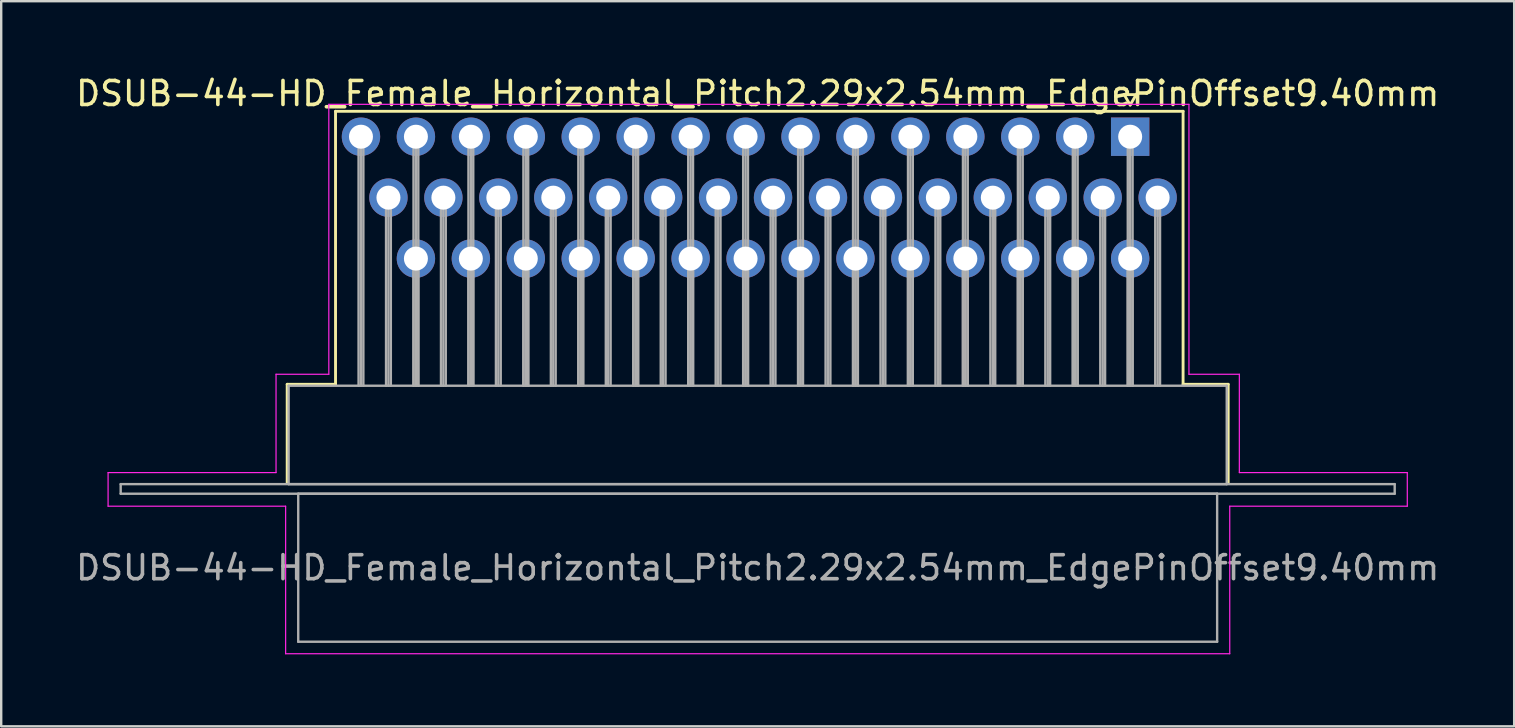
<source format=kicad_pcb>
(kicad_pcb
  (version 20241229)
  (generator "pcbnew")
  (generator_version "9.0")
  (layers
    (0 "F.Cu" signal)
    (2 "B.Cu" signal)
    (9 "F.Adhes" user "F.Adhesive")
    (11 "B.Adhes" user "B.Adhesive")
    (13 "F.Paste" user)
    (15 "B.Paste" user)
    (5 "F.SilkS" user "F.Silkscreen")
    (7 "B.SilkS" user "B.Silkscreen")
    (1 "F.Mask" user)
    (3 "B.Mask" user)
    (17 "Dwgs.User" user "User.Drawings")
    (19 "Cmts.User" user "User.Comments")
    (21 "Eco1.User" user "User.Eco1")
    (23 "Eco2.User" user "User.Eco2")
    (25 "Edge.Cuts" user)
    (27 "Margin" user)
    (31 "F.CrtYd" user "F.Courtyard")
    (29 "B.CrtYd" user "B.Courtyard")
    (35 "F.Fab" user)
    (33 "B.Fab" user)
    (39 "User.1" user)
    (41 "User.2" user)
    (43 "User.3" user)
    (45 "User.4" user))
  (footprint "DSUB-44-HD_Female_Horizontal_Pitch2.29x2.54mm_EdgePinOffset9.40mm"
    (layer "F.Cu")
    (at 44.055 2.648)
    (property "Reference" "DSUB-44-HD_Female_Horizontal_Pitch2.29x2.54mm_EdgePinOffset9.40mm" (at -15.525 -1.8 0) (layer "F.SilkS") (effects (font (size 1 1) (thickness 0.15))))
    (attr through_hole)
    (fp_line (start -35.135 10.32) (end -33.12 10.32) (stroke (width 0.12) (type solid)) (layer "F.SilkS"))
    (fp_line (start -35.135 14.42) (end -35.135 10.32) (stroke (width 0.12) (type solid)) (layer "F.SilkS"))
    (fp_line (start -33.12 -1.06) (end 2.205 -1.06) (stroke (width 0.12) (type solid)) (layer "F.SilkS"))
    (fp_line (start -33.12 10.32) (end -33.12 -1.06) (stroke (width 0.12) (type solid)) (layer "F.SilkS"))
    (fp_line (start -0.25 -1.754) (end 0.25 -1.754) (stroke (width 0.12) (type solid)) (layer "F.SilkS"))
    (fp_line (start 0 -1.321) (end -0.25 -1.754) (stroke (width 0.12) (type solid)) (layer "F.SilkS"))
    (fp_line (start 0.25 -1.754) (end 0 -1.321) (stroke (width 0.12) (type solid)) (layer "F.SilkS"))
    (fp_line (start 2.205 -1.06) (end 2.205 10.32) (stroke (width 0.12) (type solid)) (layer "F.SilkS"))
    (fp_line (start 2.205 10.32) (end 4.085 10.32) (stroke (width 0.12) (type solid)) (layer "F.SilkS"))
    (fp_line (start 4.085 10.32) (end 4.085 14.42) (stroke (width 0.12) (type solid)) (layer "F.SilkS"))
    (fp_line (start -42.6 14) (end -35.6 14) (stroke (width 0.05) (type solid)) (layer "F.CrtYd"))
    (fp_line (start -42.6 15.4) (end -42.6 14) (stroke (width 0.05) (type solid)) (layer "F.CrtYd"))
    (fp_line (start -35.6 9.9) (end -33.4 9.9) (stroke (width 0.05) (type solid)) (layer "F.CrtYd"))
    (fp_line (start -35.6 14) (end -35.6 9.9) (stroke (width 0.05) (type solid)) (layer "F.CrtYd"))
    (fp_line (start -35.2 15.4) (end -42.6 15.4) (stroke (width 0.05) (type solid)) (layer "F.CrtYd"))
    (fp_line (start -35.2 21.55) (end -35.2 15.4) (stroke (width 0.05) (type solid)) (layer "F.CrtYd"))
    (fp_line (start -33.4 -1.35) (end 2.45 -1.35) (stroke (width 0.05) (type solid)) (layer "F.CrtYd"))
    (fp_line (start -33.4 9.9) (end -33.4 -1.35) (stroke (width 0.05) (type solid)) (layer "F.CrtYd"))
    (fp_line (start 2.45 -1.35) (end 2.45 9.9) (stroke (width 0.05) (type solid)) (layer "F.CrtYd"))
    (fp_line (start 2.45 9.9) (end 4.55 9.9) (stroke (width 0.05) (type solid)) (layer "F.CrtYd"))
    (fp_line (start 4.15 15.4) (end 4.15 21.55) (stroke (width 0.05) (type solid)) (layer "F.CrtYd"))
    (fp_line (start 4.15 21.55) (end -35.2 21.55) (stroke (width 0.05) (type solid)) (layer "F.CrtYd"))
    (fp_line (start 4.55 9.9) (end 4.55 14) (stroke (width 0.05) (type solid)) (layer "F.CrtYd"))
    (fp_line (start 4.55 14) (end 11.55 14) (stroke (width 0.05) (type solid)) (layer "F.CrtYd"))
    (fp_line (start 11.55 14) (end 11.55 15.4) (stroke (width 0.05) (type solid)) (layer "F.CrtYd"))
    (fp_line (start 11.55 15.4) (end 4.15 15.4) (stroke (width 0.05) (type solid)) (layer "F.CrtYd"))
    (fp_line (start -42.075 14.48) (end -42.075 14.88) (stroke (width 0.1) (type solid)) (layer "F.Fab"))
    (fp_line (start -42.075 14.88) (end 11.025 14.88) (stroke (width 0.1) (type solid)) (layer "F.Fab"))
    (fp_line (start -35.075 10.38) (end -35.075 14.48) (stroke (width 0.1) (type solid)) (layer "F.Fab"))
    (fp_line (start -35.075 14.48) (end 4.025 14.48) (stroke (width 0.1) (type solid)) (layer "F.Fab"))
    (fp_line (start -34.675 14.88) (end -34.675 21.05) (stroke (width 0.1) (type solid)) (layer "F.Fab"))
    (fp_line (start -34.675 21.05) (end 3.625 21.05) (stroke (width 0.1) (type solid)) (layer "F.Fab"))
    (fp_line (start -32.16 0) (end -32.16 10.38) (stroke (width 0.1) (type solid)) (layer "F.Fab"))
    (fp_line (start -32.06 0) (end -32.06 10.38) (stroke (width 0.1) (type solid)) (layer "F.Fab"))
    (fp_line (start -31.96 0) (end -31.96 10.38) (stroke (width 0.1) (type solid)) (layer "F.Fab"))
    (fp_line (start -31.015 2.54) (end -31.015 10.38) (stroke (width 0.1) (type solid)) (layer "F.Fab"))
    (fp_line (start -30.915 2.54) (end -30.915 10.38) (stroke (width 0.1) (type solid)) (layer "F.Fab"))
    (fp_line (start -30.815 2.54) (end -30.815 10.38) (stroke (width 0.1) (type solid)) (layer "F.Fab"))
    (fp_line (start -29.87 0) (end -29.87 10.38) (stroke (width 0.1) (type solid)) (layer "F.Fab"))
    (fp_line (start -29.87 5.08) (end -29.87 10.38) (stroke (width 0.1) (type solid)) (layer "F.Fab"))
    (fp_line (start -29.77 0) (end -29.77 10.38) (stroke (width 0.1) (type solid)) (layer "F.Fab"))
    (fp_line (start -29.77 5.08) (end -29.77 10.38) (stroke (width 0.1) (type solid)) (layer "F.Fab"))
    (fp_line (start -29.67 0) (end -29.67 10.38) (stroke (width 0.1) (type solid)) (layer "F.Fab"))
    (fp_line (start -29.67 5.08) (end -29.67 10.38) (stroke (width 0.1) (type solid)) (layer "F.Fab"))
    (fp_line (start -28.725 2.54) (end -28.725 10.38) (stroke (width 0.1) (type solid)) (layer "F.Fab"))
    (fp_line (start -28.625 2.54) (end -28.625 10.38) (stroke (width 0.1) (type solid)) (layer "F.Fab"))
    (fp_line (start -28.525 2.54) (end -28.525 10.38) (stroke (width 0.1) (type solid)) (layer "F.Fab"))
    (fp_line (start -27.58 0) (end -27.58 10.38) (stroke (width 0.1) (type solid)) (layer "F.Fab"))
    (fp_line (start -27.58 5.08) (end -27.58 10.38) (stroke (width 0.1) (type solid)) (layer "F.Fab"))
    (fp_line (start -27.48 0) (end -27.48 10.38) (stroke (width 0.1) (type solid)) (layer "F.Fab"))
    (fp_line (start -27.48 5.08) (end -27.48 10.38) (stroke (width 0.1) (type solid)) (layer "F.Fab"))
    (fp_line (start -27.38 0) (end -27.38 10.38) (stroke (width 0.1) (type solid)) (layer "F.Fab"))
    (fp_line (start -27.38 5.08) (end -27.38 10.38) (stroke (width 0.1) (type solid)) (layer "F.Fab"))
    (fp_line (start -26.435 2.54) (end -26.435 10.38) (stroke (width 0.1) (type solid)) (layer "F.Fab"))
    (fp_line (start -26.335 2.54) (end -26.335 10.38) (stroke (width 0.1) (type solid)) (layer "F.Fab"))
    (fp_line (start -26.235 2.54) (end -26.235 10.38) (stroke (width 0.1) (type solid)) (layer "F.Fab"))
    (fp_line (start -25.29 0) (end -25.29 10.38) (stroke (width 0.1) (type solid)) (layer "F.Fab"))
    (fp_line (start -25.29 5.08) (end -25.29 10.38) (stroke (width 0.1) (type solid)) (layer "F.Fab"))
    (fp_line (start -25.19 0) (end -25.19 10.38) (stroke (width 0.1) (type solid)) (layer "F.Fab"))
    (fp_line (start -25.19 5.08) (end -25.19 10.38) (stroke (width 0.1) (type solid)) (layer "F.Fab"))
    (fp_line (start -25.09 0) (end -25.09 10.38) (stroke (width 0.1) (type solid)) (layer "F.Fab"))
    (fp_line (start -25.09 5.08) (end -25.09 10.38) (stroke (width 0.1) (type solid)) (layer "F.Fab"))
    (fp_line (start -24.145 2.54) (end -24.145 10.38) (stroke (width 0.1) (type solid)) (layer "F.Fab"))
    (fp_line (start -24.045 2.54) (end -24.045 10.38) (stroke (width 0.1) (type solid)) (layer "F.Fab"))
    (fp_line (start -23.945 2.54) (end -23.945 10.38) (stroke (width 0.1) (type solid)) (layer "F.Fab"))
    (fp_line (start -23 0) (end -23 10.38) (stroke (width 0.1) (type solid)) (layer "F.Fab"))
    (fp_line (start -23 5.08) (end -23 10.38) (stroke (width 0.1) (type solid)) (layer "F.Fab"))
    (fp_line (start -22.9 0) (end -22.9 10.38) (stroke (width 0.1) (type solid)) (layer "F.Fab"))
    (fp_line (start -22.9 5.08) (end -22.9 10.38) (stroke (width 0.1) (type solid)) (layer "F.Fab"))
    (fp_line (start -22.8 0) (end -22.8 10.38) (stroke (width 0.1) (type solid)) (layer "F.Fab"))
    (fp_line (start -22.8 5.08) (end -22.8 10.38) (stroke (width 0.1) (type solid)) (layer "F.Fab"))
    (fp_line (start -21.855 2.54) (end -21.855 10.38) (stroke (width 0.1) (type solid)) (layer "F.Fab"))
    (fp_line (start -21.755 2.54) (end -21.755 10.38) (stroke (width 0.1) (type solid)) (layer "F.Fab"))
    (fp_line (start -21.655 2.54) (end -21.655 10.38) (stroke (width 0.1) (type solid)) (layer "F.Fab"))
    (fp_line (start -20.71 0) (end -20.71 10.38) (stroke (width 0.1) (type solid)) (layer "F.Fab"))
    (fp_line (start -20.71 5.08) (end -20.71 10.38) (stroke (width 0.1) (type solid)) (layer "F.Fab"))
    (fp_line (start -20.61 0) (end -20.61 10.38) (stroke (width 0.1) (type solid)) (layer "F.Fab"))
    (fp_line (start -20.61 5.08) (end -20.61 10.38) (stroke (width 0.1) (type solid)) (layer "F.Fab"))
    (fp_line (start -20.51 0) (end -20.51 10.38) (stroke (width 0.1) (type solid)) (layer "F.Fab"))
    (fp_line (start -20.51 5.08) (end -20.51 10.38) (stroke (width 0.1) (type solid)) (layer "F.Fab"))
    (fp_line (start -19.565 2.54) (end -19.565 10.38) (stroke (width 0.1) (type solid)) (layer "F.Fab"))
    (fp_line (start -19.465 2.54) (end -19.465 10.38) (stroke (width 0.1) (type solid)) (layer "F.Fab"))
    (fp_line (start -19.365 2.54) (end -19.365 10.38) (stroke (width 0.1) (type solid)) (layer "F.Fab"))
    (fp_line (start -18.42 0) (end -18.42 10.38) (stroke (width 0.1) (type solid)) (layer "F.Fab"))
    (fp_line (start -18.42 5.08) (end -18.42 10.38) (stroke (width 0.1) (type solid)) (layer "F.Fab"))
    (fp_line (start -18.32 0) (end -18.32 10.38) (stroke (width 0.1) (type solid)) (layer "F.Fab"))
    (fp_line (start -18.32 5.08) (end -18.32 10.38) (stroke (width 0.1) (type solid)) (layer "F.Fab"))
    (fp_line (start -18.22 0) (end -18.22 10.38) (stroke (width 0.1) (type solid)) (layer "F.Fab"))
    (fp_line (start -18.22 5.08) (end -18.22 10.38) (stroke (width 0.1) (type solid)) (layer "F.Fab"))
    (fp_line (start -17.275 2.54) (end -17.275 10.38) (stroke (width 0.1) (type solid)) (layer "F.Fab"))
    (fp_line (start -17.175 2.54) (end -17.175 10.38) (stroke (width 0.1) (type solid)) (layer "F.Fab"))
    (fp_line (start -17.075 2.54) (end -17.075 10.38) (stroke (width 0.1) (type solid)) (layer "F.Fab"))
    (fp_line (start -16.13 0) (end -16.13 10.38) (stroke (width 0.1) (type solid)) (layer "F.Fab"))
    (fp_line (start -16.13 5.08) (end -16.13 10.38) (stroke (width 0.1) (type solid)) (layer "F.Fab"))
    (fp_line (start -16.03 0) (end -16.03 10.38) (stroke (width 0.1) (type solid)) (layer "F.Fab"))
    (fp_line (start -16.03 5.08) (end -16.03 10.38) (stroke (width 0.1) (type solid)) (layer "F.Fab"))
    (fp_line (start -15.93 0) (end -15.93 10.38) (stroke (width 0.1) (type solid)) (layer "F.Fab"))
    (fp_line (start -15.93 5.08) (end -15.93 10.38) (stroke (width 0.1) (type solid)) (layer "F.Fab"))
    (fp_line (start -14.985 2.54) (end -14.985 10.38) (stroke (width 0.1) (type solid)) (layer "F.Fab"))
    (fp_line (start -14.885 2.54) (end -14.885 10.38) (stroke (width 0.1) (type solid)) (layer "F.Fab"))
    (fp_line (start -14.785 2.54) (end -14.785 10.38) (stroke (width 0.1) (type solid)) (layer "F.Fab"))
    (fp_line (start -13.84 0) (end -13.84 10.38) (stroke (width 0.1) (type solid)) (layer "F.Fab"))
    (fp_line (start -13.84 5.08) (end -13.84 10.38) (stroke (width 0.1) (type solid)) (layer "F.Fab"))
    (fp_line (start -13.74 0) (end -13.74 10.38) (stroke (width 0.1) (type solid)) (layer "F.Fab"))
    (fp_line (start -13.74 5.08) (end -13.74 10.38) (stroke (width 0.1) (type solid)) (layer "F.Fab"))
    (fp_line (start -13.64 0) (end -13.64 10.38) (stroke (width 0.1) (type solid)) (layer "F.Fab"))
    (fp_line (start -13.64 5.08) (end -13.64 10.38) (stroke (width 0.1) (type solid)) (layer "F.Fab"))
    (fp_line (start -12.695 2.54) (end -12.695 10.38) (stroke (width 0.1) (type solid)) (layer "F.Fab"))
    (fp_line (start -12.595 2.54) (end -12.595 10.38) (stroke (width 0.1) (type solid)) (layer "F.Fab"))
    (fp_line (start -12.495 2.54) (end -12.495 10.38) (stroke (width 0.1) (type solid)) (layer "F.Fab"))
    (fp_line (start -11.55 0) (end -11.55 10.38) (stroke (width 0.1) (type solid)) (layer "F.Fab"))
    (fp_line (start -11.55 5.08) (end -11.55 10.38) (stroke (width 0.1) (type solid)) (layer "F.Fab"))
    (fp_line (start -11.45 0) (end -11.45 10.38) (stroke (width 0.1) (type solid)) (layer "F.Fab"))
    (fp_line (start -11.45 5.08) (end -11.45 10.38) (stroke (width 0.1) (type solid)) (layer "F.Fab"))
    (fp_line (start -11.35 0) (end -11.35 10.38) (stroke (width 0.1) (type solid)) (layer "F.Fab"))
    (fp_line (start -11.35 5.08) (end -11.35 10.38) (stroke (width 0.1) (type solid)) (layer "F.Fab"))
    (fp_line (start -10.405 2.54) (end -10.405 10.38) (stroke (width 0.1) (type solid)) (layer "F.Fab"))
    (fp_line (start -10.305 2.54) (end -10.305 10.38) (stroke (width 0.1) (type solid)) (layer "F.Fab"))
    (fp_line (start -10.205 2.54) (end -10.205 10.38) (stroke (width 0.1) (type solid)) (layer "F.Fab"))
    (fp_line (start -9.26 0) (end -9.26 10.38) (stroke (width 0.1) (type solid)) (layer "F.Fab"))
    (fp_line (start -9.26 5.08) (end -9.26 10.38) (stroke (width 0.1) (type solid)) (layer "F.Fab"))
    (fp_line (start -9.16 0) (end -9.16 10.38) (stroke (width 0.1) (type solid)) (layer "F.Fab"))
    (fp_line (start -9.16 5.08) (end -9.16 10.38) (stroke (width 0.1) (type solid)) (layer "F.Fab"))
    (fp_line (start -9.06 0) (end -9.06 10.38) (stroke (width 0.1) (type solid)) (layer "F.Fab"))
    (fp_line (start -9.06 5.08) (end -9.06 10.38) (stroke (width 0.1) (type solid)) (layer "F.Fab"))
    (fp_line (start -8.115 2.54) (end -8.115 10.38) (stroke (width 0.1) (type solid)) (layer "F.Fab"))
    (fp_line (start -8.015 2.54) (end -8.015 10.38) (stroke (width 0.1) (type solid)) (layer "F.Fab"))
    (fp_line (start -7.915 2.54) (end -7.915 10.38) (stroke (width 0.1) (type solid)) (layer "F.Fab"))
    (fp_line (start -6.97 0) (end -6.97 10.38) (stroke (width 0.1) (type solid)) (layer "F.Fab"))
    (fp_line (start -6.97 5.08) (end -6.97 10.38) (stroke (width 0.1) (type solid)) (layer "F.Fab"))
    (fp_line (start -6.87 0) (end -6.87 10.38) (stroke (width 0.1) (type solid)) (layer "F.Fab"))
    (fp_line (start -6.87 5.08) (end -6.87 10.38) (stroke (width 0.1) (type solid)) (layer "F.Fab"))
    (fp_line (start -6.77 0) (end -6.77 10.38) (stroke (width 0.1) (type solid)) (layer "F.Fab"))
    (fp_line (start -6.77 5.08) (end -6.77 10.38) (stroke (width 0.1) (type solid)) (layer "F.Fab"))
    (fp_line (start -5.825 2.54) (end -5.825 10.38) (stroke (width 0.1) (type solid)) (layer "F.Fab"))
    (fp_line (start -5.725 2.54) (end -5.725 10.38) (stroke (width 0.1) (type solid)) (layer "F.Fab"))
    (fp_line (start -5.625 2.54) (end -5.625 10.38) (stroke (width 0.1) (type solid)) (layer "F.Fab"))
    (fp_line (start -4.68 0) (end -4.68 10.38) (stroke (width 0.1) (type solid)) (layer "F.Fab"))
    (fp_line (start -4.68 5.08) (end -4.68 10.38) (stroke (width 0.1) (type solid)) (layer "F.Fab"))
    (fp_line (start -4.58 0) (end -4.58 10.38) (stroke (width 0.1) (type solid)) (layer "F.Fab"))
    (fp_line (start -4.58 5.08) (end -4.58 10.38) (stroke (width 0.1) (type solid)) (layer "F.Fab"))
    (fp_line (start -4.48 0) (end -4.48 10.38) (stroke (width 0.1) (type solid)) (layer "F.Fab"))
    (fp_line (start -4.48 5.08) (end -4.48 10.38) (stroke (width 0.1) (type solid)) (layer "F.Fab"))
    (fp_line (start -3.535 2.54) (end -3.535 10.38) (stroke (width 0.1) (type solid)) (layer "F.Fab"))
    (fp_line (start -3.435 2.54) (end -3.435 10.38) (stroke (width 0.1) (type solid)) (layer "F.Fab"))
    (fp_line (start -3.335 2.54) (end -3.335 10.38) (stroke (width 0.1) (type solid)) (layer "F.Fab"))
    (fp_line (start -2.39 0) (end -2.39 10.38) (stroke (width 0.1) (type solid)) (layer "F.Fab"))
    (fp_line (start -2.39 5.08) (end -2.39 10.38) (stroke (width 0.1) (type solid)) (layer "F.Fab"))
    (fp_line (start -2.29 0) (end -2.29 10.38) (stroke (width 0.1) (type solid)) (layer "F.Fab"))
    (fp_line (start -2.29 5.08) (end -2.29 10.38) (stroke (width 0.1) (type solid)) (layer "F.Fab"))
    (fp_line (start -2.19 0) (end -2.19 10.38) (stroke (width 0.1) (type solid)) (layer "F.Fab"))
    (fp_line (start -2.19 5.08) (end -2.19 10.38) (stroke (width 0.1) (type solid)) (layer "F.Fab"))
    (fp_line (start -1.245 2.54) (end -1.245 10.38) (stroke (width 0.1) (type solid)) (layer "F.Fab"))
    (fp_line (start -1.145 2.54) (end -1.145 10.38) (stroke (width 0.1) (type solid)) (layer "F.Fab"))
    (fp_line (start -1.045 2.54) (end -1.045 10.38) (stroke (width 0.1) (type solid)) (layer "F.Fab"))
    (fp_line (start -0.1 0) (end -0.1 10.38) (stroke (width 0.1) (type solid)) (layer "F.Fab"))
    (fp_line (start -0.1 5.08) (end -0.1 10.38) (stroke (width 0.1) (type solid)) (layer "F.Fab"))
    (fp_line (start 0 0) (end 0 10.38) (stroke (width 0.1) (type solid)) (layer "F.Fab"))
    (fp_line (start 0 5.08) (end 0 10.38) (stroke (width 0.1) (type solid)) (layer "F.Fab"))
    (fp_line (start 0.1 0) (end 0.1 10.38) (stroke (width 0.1) (type solid)) (layer "F.Fab"))
    (fp_line (start 0.1 5.08) (end 0.1 10.38) (stroke (width 0.1) (type solid)) (layer "F.Fab"))
    (fp_line (start 1.045 2.54) (end 1.045 10.38) (stroke (width 0.1) (type solid)) (layer "F.Fab"))
    (fp_line (start 1.145 2.54) (end 1.145 10.38) (stroke (width 0.1) (type solid)) (layer "F.Fab"))
    (fp_line (start 1.245 2.54) (end 1.245 10.38) (stroke (width 0.1) (type solid)) (layer "F.Fab"))
    (fp_line (start 3.625 14.88) (end -34.675 14.88) (stroke (width 0.1) (type solid)) (layer "F.Fab"))
    (fp_line (start 3.625 21.05) (end 3.625 14.88) (stroke (width 0.1) (type solid)) (layer "F.Fab"))
    (fp_line (start 4.025 10.38) (end -35.075 10.38) (stroke (width 0.1) (type solid)) (layer "F.Fab"))
    (fp_line (start 4.025 14.48) (end 4.025 10.38) (stroke (width 0.1) (type solid)) (layer "F.Fab"))
    (fp_line (start 11.025 14.48) (end -42.075 14.48) (stroke (width 0.1) (type solid)) (layer "F.Fab"))
    (fp_line (start 11.025 14.88) (end 11.025 14.48) (stroke (width 0.1) (type solid)) (layer "F.Fab"))
    (fp_text user "${REFERENCE}" (at -15.525 17.965 0) (layer "F.Fab") (effects (font (size 1 1) (thickness 0.15))))
    (pad "1" thru_hole rect (at 0 0) (size 1.6 1.6) (drill 1) (layers "*.Cu" "*.Mask"))
    (pad "2" thru_hole circle (at -2.29 0) (size 1.6 1.6) (drill 1) (layers "*.Cu" "*.Mask"))
    (pad "3" thru_hole circle (at -4.58 0) (size 1.6 1.6) (drill 1) (layers "*.Cu" "*.Mask"))
    (pad "4" thru_hole circle (at -6.87 0) (size 1.6 1.6) (drill 1) (layers "*.Cu" "*.Mask"))
    (pad "5" thru_hole circle (at -9.16 0) (size 1.6 1.6) (drill 1) (layers "*.Cu" "*.Mask"))
    (pad "6" thru_hole circle (at -11.45 0) (size 1.6 1.6) (drill 1) (layers "*.Cu" "*.Mask"))
    (pad "7" thru_hole circle (at -13.74 0) (size 1.6 1.6) (drill 1) (layers "*.Cu" "*.Mask"))
    (pad "8" thru_hole circle (at -16.03 0) (size 1.6 1.6) (drill 1) (layers "*.Cu" "*.Mask"))
    (pad "9" thru_hole circle (at -18.32 0) (size 1.6 1.6) (drill 1) (layers "*.Cu" "*.Mask"))
    (pad "10" thru_hole circle (at -20.61 0) (size 1.6 1.6) (drill 1) (layers "*.Cu" "*.Mask"))
    (pad "11" thru_hole circle (at -22.9 0) (size 1.6 1.6) (drill 1) (layers "*.Cu" "*.Mask"))
    (pad "12" thru_hole circle (at -25.19 0) (size 1.6 1.6) (drill 1) (layers "*.Cu" "*.Mask"))
    (pad "13" thru_hole circle (at -27.48 0) (size 1.6 1.6) (drill 1) (layers "*.Cu" "*.Mask"))
    (pad "14" thru_hole circle (at -29.77 0) (size 1.6 1.6) (drill 1) (layers "*.Cu" "*.Mask"))
    (pad "15" thru_hole circle (at -32.06 0) (size 1.6 1.6) (drill 1) (layers "*.Cu" "*.Mask"))
    (pad "16" thru_hole circle (at 1.145 2.54) (size 1.6 1.6) (drill 1) (layers "*.Cu" "*.Mask"))
    (pad "17" thru_hole circle (at -1.145 2.54) (size 1.6 1.6) (drill 1) (layers "*.Cu" "*.Mask"))
    (pad "18" thru_hole circle (at -3.435 2.54) (size 1.6 1.6) (drill 1) (layers "*.Cu" "*.Mask"))
    (pad "19" thru_hole circle (at -5.725 2.54) (size 1.6 1.6) (drill 1) (layers "*.Cu" "*.Mask"))
    (pad "20" thru_hole circle (at -8.015 2.54) (size 1.6 1.6) (drill 1) (layers "*.Cu" "*.Mask"))
    (pad "21" thru_hole circle (at -10.305 2.54) (size 1.6 1.6) (drill 1) (layers "*.Cu" "*.Mask"))
    (pad "22" thru_hole circle (at -12.595 2.54) (size 1.6 1.6) (drill 1) (layers "*.Cu" "*.Mask"))
    (pad "23" thru_hole circle (at -14.885 2.54) (size 1.6 1.6) (drill 1) (layers "*.Cu" "*.Mask"))
    (pad "24" thru_hole circle (at -17.175 2.54) (size 1.6 1.6) (drill 1) (layers "*.Cu" "*.Mask"))
    (pad "25" thru_hole circle (at -19.465 2.54) (size 1.6 1.6) (drill 1) (layers "*.Cu" "*.Mask"))
    (pad "26" thru_hole circle (at -21.755 2.54) (size 1.6 1.6) (drill 1) (layers "*.Cu" "*.Mask"))
    (pad "27" thru_hole circle (at -24.045 2.54) (size 1.6 1.6) (drill 1) (layers "*.Cu" "*.Mask"))
    (pad "28" thru_hole circle (at -26.335 2.54) (size 1.6 1.6) (drill 1) (layers "*.Cu" "*.Mask"))
    (pad "29" thru_hole circle (at -28.625 2.54) (size 1.6 1.6) (drill 1) (layers "*.Cu" "*.Mask"))
    (pad "30" thru_hole circle (at -30.915 2.54) (size 1.6 1.6) (drill 1) (layers "*.Cu" "*.Mask"))
    (pad "31" thru_hole circle (at 0 5.08) (size 1.6 1.6) (drill 1) (layers "*.Cu" "*.Mask"))
    (pad "32" thru_hole circle (at -2.29 5.08) (size 1.6 1.6) (drill 1) (layers "*.Cu" "*.Mask"))
    (pad "33" thru_hole circle (at -4.58 5.08) (size 1.6 1.6) (drill 1) (layers "*.Cu" "*.Mask"))
    (pad "34" thru_hole circle (at -6.87 5.08) (size 1.6 1.6) (drill 1) (layers "*.Cu" "*.Mask"))
    (pad "35" thru_hole circle (at -9.16 5.08) (size 1.6 1.6) (drill 1) (layers "*.Cu" "*.Mask"))
    (pad "36" thru_hole circle (at -11.45 5.08) (size 1.6 1.6) (drill 1) (layers "*.Cu" "*.Mask"))
    (pad "37" thru_hole circle (at -13.74 5.08) (size 1.6 1.6) (drill 1) (layers "*.Cu" "*.Mask"))
    (pad "38" thru_hole circle (at -16.03 5.08) (size 1.6 1.6) (drill 1) (layers "*.Cu" "*.Mask"))
    (pad "39" thru_hole circle (at -18.32 5.08) (size 1.6 1.6) (drill 1) (layers "*.Cu" "*.Mask"))
    (pad "40" thru_hole circle (at -20.61 5.08) (size 1.6 1.6) (drill 1) (layers "*.Cu" "*.Mask"))
    (pad "41" thru_hole circle (at -22.9 5.08) (size 1.6 1.6) (drill 1) (layers "*.Cu" "*.Mask"))
    (pad "42" thru_hole circle (at -25.19 5.08) (size 1.6 1.6) (drill 1) (layers "*.Cu" "*.Mask"))
    (pad "43" thru_hole circle (at -27.48 5.08) (size 1.6 1.6) (drill 1) (layers "*.Cu" "*.Mask"))
    (pad "44" thru_hole circle (at -29.77 5.08) (size 1.6 1.6) (drill 1) (layers "*.Cu" "*.Mask")))
  (gr_rect
    (start -3 -3)
    (end 60.06 27.223)
    (stroke (width 0.1) (type default))
    (fill no)
    (layer "Edge.Cuts")))
</source>
